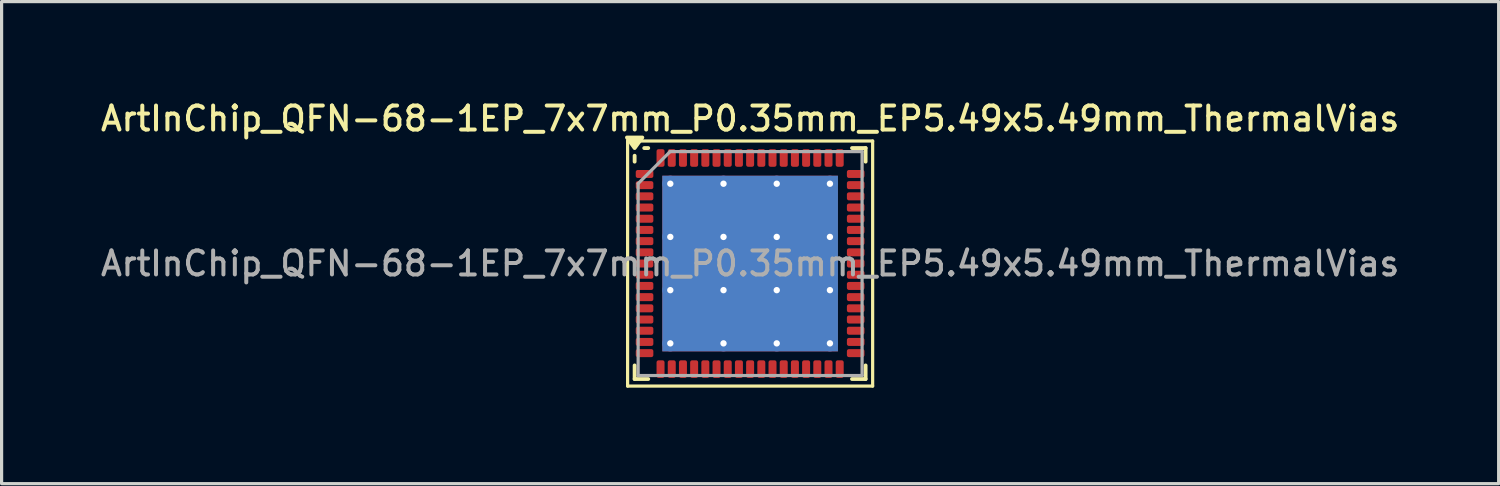
<source format=kicad_pcb>
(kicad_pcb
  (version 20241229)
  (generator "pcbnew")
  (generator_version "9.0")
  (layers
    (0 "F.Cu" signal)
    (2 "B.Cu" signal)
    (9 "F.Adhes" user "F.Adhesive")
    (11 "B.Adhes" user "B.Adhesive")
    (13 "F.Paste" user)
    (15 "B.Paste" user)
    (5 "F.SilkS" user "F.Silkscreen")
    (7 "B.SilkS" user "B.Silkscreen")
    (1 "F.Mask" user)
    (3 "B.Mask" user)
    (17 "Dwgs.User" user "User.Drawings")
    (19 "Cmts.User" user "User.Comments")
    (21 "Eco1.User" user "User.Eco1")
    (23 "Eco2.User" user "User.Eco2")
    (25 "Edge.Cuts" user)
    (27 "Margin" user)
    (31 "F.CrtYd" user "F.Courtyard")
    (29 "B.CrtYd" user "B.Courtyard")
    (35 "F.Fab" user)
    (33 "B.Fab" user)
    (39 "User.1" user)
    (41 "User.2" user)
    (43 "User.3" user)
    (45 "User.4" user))
  (footprint "ArtInChip_QFN-68-1EP_7x7mm_P0.35mm_EP5.49x5.49mm_ThermalVias"
    (layer "F.Cu")
    (at 20.398 5.188)
    (property "Reference" "ArtInChip_QFN-68-1EP_7x7mm_P0.35mm_EP5.49x5.49mm_ThermalVias" (at 0 -4.53 0) (layer "F.SilkS") (effects (font (size 0.75 0.75) (thickness 0.125))))
    (attr smd)
    (fp_line (start -3.83 -3.83) (end -3.83 3.83) (stroke (width 0.1) (type solid)) (layer "F.SilkS"))
    (fp_line (start -3.83 3.83) (end 3.83 3.83) (stroke (width 0.1) (type solid)) (layer "F.SilkS"))
    (fp_line (start -3.61 -3.185) (end -3.61 -3.37) (stroke (width 0.12) (type solid)) (layer "F.SilkS"))
    (fp_line (start -3.61 3.61) (end -3.61 3.185) (stroke (width 0.12) (type solid)) (layer "F.SilkS"))
    (fp_line (start -3.185 -3.61) (end -3.31 -3.61) (stroke (width 0.12) (type solid)) (layer "F.SilkS"))
    (fp_line (start -3.185 3.61) (end -3.61 3.61) (stroke (width 0.12) (type solid)) (layer "F.SilkS"))
    (fp_line (start 3.185 -3.61) (end 3.61 -3.61) (stroke (width 0.12) (type solid)) (layer "F.SilkS"))
    (fp_line (start 3.185 3.61) (end 3.61 3.61) (stroke (width 0.12) (type solid)) (layer "F.SilkS"))
    (fp_line (start 3.61 -3.61) (end 3.61 -3.185) (stroke (width 0.12) (type solid)) (layer "F.SilkS"))
    (fp_line (start 3.61 3.61) (end 3.61 3.185) (stroke (width 0.12) (type solid)) (layer "F.SilkS"))
    (fp_line (start 3.83 -3.83) (end -3.83 -3.83) (stroke (width 0.1) (type solid)) (layer "F.SilkS"))
    (fp_line (start 3.83 3.83) (end 3.83 -3.83) (stroke (width 0.1) (type solid)) (layer "F.SilkS"))
    (fp_poly (pts (xy -3.61 -3.61) (xy -3.85 -3.94) (xy -3.37 -3.94) (xy -3.61 -3.61)) (stroke (width 0.12) (type solid)) (fill yes) (layer "F.SilkS"))
    (fp_line (start -3.5 -2.5) (end -2.5 -3.5) (stroke (width 0.1) (type solid)) (layer "F.Fab"))
    (fp_line (start -3.5 3.5) (end -3.5 -2.5) (stroke (width 0.1) (type solid)) (layer "F.Fab"))
    (fp_line (start -2.5 -3.5) (end 3.5 -3.5) (stroke (width 0.1) (type solid)) (layer "F.Fab"))
    (fp_line (start 3.5 -3.5) (end 3.5 3.5) (stroke (width 0.1) (type solid)) (layer "F.Fab"))
    (fp_line (start 3.5 3.5) (end -3.5 3.5) (stroke (width 0.1) (type solid)) (layer "F.Fab"))
    (fp_text user "${REFERENCE}" (at 0 0 0) (layer "F.Fab") (effects (font (size 0.75 0.75) (thickness 0.125))))
    (pad "" smd roundrect (at -1.663 -1.663) (size 1.418 1.418) (layers "F.Paste") (roundrect_rratio 0.176))
    (pad "" smd roundrect (at -1.663 0) (size 1.418 1.418) (layers "F.Paste") (roundrect_rratio 0.176))
    (pad "" smd roundrect (at -1.663 1.663) (size 1.418 1.418) (layers "F.Paste") (roundrect_rratio 0.176))
    (pad "" smd roundrect (at 0 -1.663) (size 1.418 1.418) (layers "F.Paste") (roundrect_rratio 0.176))
    (pad "" smd roundrect (at 0 0) (size 1.418 1.418) (layers "F.Paste") (roundrect_rratio 0.176))
    (pad "" smd roundrect (at 0 1.663) (size 1.418 1.418) (layers "F.Paste") (roundrect_rratio 0.176))
    (pad "" smd roundrect (at 1.663 -1.663) (size 1.418 1.418) (layers "F.Paste") (roundrect_rratio 0.176))
    (pad "" smd roundrect (at 1.663 0) (size 1.418 1.418) (layers "F.Paste") (roundrect_rratio 0.176))
    (pad "" smd roundrect (at 1.663 1.663) (size 1.418 1.418) (layers "F.Paste") (roundrect_rratio 0.176))
    (pad "1" smd roundrect (at -3.3 -2.8) (size 0.55 0.25) (layers "F.Cu" "F.Mask" "F.Paste") (roundrect_rratio 0.25))
    (pad "2" smd roundrect (at -3.3 -2.45) (size 0.55 0.25) (layers "F.Cu" "F.Mask" "F.Paste") (roundrect_rratio 0.25))
    (pad "3" smd roundrect (at -3.3 -2.1) (size 0.55 0.25) (layers "F.Cu" "F.Mask" "F.Paste") (roundrect_rratio 0.25))
    (pad "4" smd roundrect (at -3.3 -1.75) (size 0.55 0.25) (layers "F.Cu" "F.Mask" "F.Paste") (roundrect_rratio 0.25))
    (pad "5" smd roundrect (at -3.3 -1.4) (size 0.55 0.25) (layers "F.Cu" "F.Mask" "F.Paste") (roundrect_rratio 0.25))
    (pad "6" smd roundrect (at -3.3 -1.05) (size 0.55 0.25) (layers "F.Cu" "F.Mask" "F.Paste") (roundrect_rratio 0.25))
    (pad "7" smd roundrect (at -3.3 -0.7) (size 0.55 0.25) (layers "F.Cu" "F.Mask" "F.Paste") (roundrect_rratio 0.25))
    (pad "8" smd roundrect (at -3.3 -0.35) (size 0.55 0.25) (layers "F.Cu" "F.Mask" "F.Paste") (roundrect_rratio 0.25))
    (pad "9" smd roundrect (at -3.3 0) (size 0.55 0.25) (layers "F.Cu" "F.Mask" "F.Paste") (roundrect_rratio 0.25))
    (pad "10" smd roundrect (at -3.3 0.35) (size 0.55 0.25) (layers "F.Cu" "F.Mask" "F.Paste") (roundrect_rratio 0.25))
    (pad "11" smd roundrect (at -3.3 0.7) (size 0.55 0.25) (layers "F.Cu" "F.Mask" "F.Paste") (roundrect_rratio 0.25))
    (pad "12" smd roundrect (at -3.3 1.05) (size 0.55 0.25) (layers "F.Cu" "F.Mask" "F.Paste") (roundrect_rratio 0.25))
    (pad "13" smd roundrect (at -3.3 1.4) (size 0.55 0.25) (layers "F.Cu" "F.Mask" "F.Paste") (roundrect_rratio 0.25))
    (pad "14" smd roundrect (at -3.3 1.75) (size 0.55 0.25) (layers "F.Cu" "F.Mask" "F.Paste") (roundrect_rratio 0.25))
    (pad "15" smd roundrect (at -3.3 2.1) (size 0.55 0.25) (layers "F.Cu" "F.Mask" "F.Paste") (roundrect_rratio 0.25))
    (pad "16" smd roundrect (at -3.3 2.45) (size 0.55 0.25) (layers "F.Cu" "F.Mask" "F.Paste") (roundrect_rratio 0.25))
    (pad "17" smd roundrect (at -3.3 2.8) (size 0.55 0.25) (layers "F.Cu" "F.Mask" "F.Paste") (roundrect_rratio 0.25))
    (pad "18" smd roundrect (at -2.8 3.3) (size 0.25 0.55) (layers "F.Cu" "F.Mask" "F.Paste") (roundrect_rratio 0.25))
    (pad "19" smd roundrect (at -2.45 3.3) (size 0.25 0.55) (layers "F.Cu" "F.Mask" "F.Paste") (roundrect_rratio 0.25))
    (pad "20" smd roundrect (at -2.1 3.3) (size 0.25 0.55) (layers "F.Cu" "F.Mask" "F.Paste") (roundrect_rratio 0.25))
    (pad "21" smd roundrect (at -1.75 3.3) (size 0.25 0.55) (layers "F.Cu" "F.Mask" "F.Paste") (roundrect_rratio 0.25))
    (pad "22" smd roundrect (at -1.4 3.3) (size 0.25 0.55) (layers "F.Cu" "F.Mask" "F.Paste") (roundrect_rratio 0.25))
    (pad "23" smd roundrect (at -1.05 3.3) (size 0.25 0.55) (layers "F.Cu" "F.Mask" "F.Paste") (roundrect_rratio 0.25))
    (pad "24" smd roundrect (at -0.7 3.3) (size 0.25 0.55) (layers "F.Cu" "F.Mask" "F.Paste") (roundrect_rratio 0.25))
    (pad "25" smd roundrect (at -0.35 3.3) (size 0.25 0.55) (layers "F.Cu" "F.Mask" "F.Paste") (roundrect_rratio 0.25))
    (pad "26" smd roundrect (at 0 3.3) (size 0.25 0.55) (layers "F.Cu" "F.Mask" "F.Paste") (roundrect_rratio 0.25))
    (pad "27" smd roundrect (at 0.35 3.3) (size 0.25 0.55) (layers "F.Cu" "F.Mask" "F.Paste") (roundrect_rratio 0.25))
    (pad "28" smd roundrect (at 0.7 3.3) (size 0.25 0.55) (layers "F.Cu" "F.Mask" "F.Paste") (roundrect_rratio 0.25))
    (pad "29" smd roundrect (at 1.05 3.3) (size 0.25 0.55) (layers "F.Cu" "F.Mask" "F.Paste") (roundrect_rratio 0.25))
    (pad "30" smd roundrect (at 1.4 3.3) (size 0.25 0.55) (layers "F.Cu" "F.Mask" "F.Paste") (roundrect_rratio 0.25))
    (pad "31" smd roundrect (at 1.75 3.3) (size 0.25 0.55) (layers "F.Cu" "F.Mask" "F.Paste") (roundrect_rratio 0.25))
    (pad "32" smd roundrect (at 2.1 3.3) (size 0.25 0.55) (layers "F.Cu" "F.Mask" "F.Paste") (roundrect_rratio 0.25))
    (pad "33" smd roundrect (at 2.45 3.3) (size 0.25 0.55) (layers "F.Cu" "F.Mask" "F.Paste") (roundrect_rratio 0.25))
    (pad "34" smd roundrect (at 2.8 3.3) (size 0.25 0.55) (layers "F.Cu" "F.Mask" "F.Paste") (roundrect_rratio 0.25))
    (pad "35" smd roundrect (at 3.3 2.8) (size 0.55 0.25) (layers "F.Cu" "F.Mask" "F.Paste") (roundrect_rratio 0.25))
    (pad "36" smd roundrect (at 3.3 2.45) (size 0.55 0.25) (layers "F.Cu" "F.Mask" "F.Paste") (roundrect_rratio 0.25))
    (pad "37" smd roundrect (at 3.3 2.1) (size 0.55 0.25) (layers "F.Cu" "F.Mask" "F.Paste") (roundrect_rratio 0.25))
    (pad "38" smd roundrect (at 3.3 1.75) (size 0.55 0.25) (layers "F.Cu" "F.Mask" "F.Paste") (roundrect_rratio 0.25))
    (pad "39" smd roundrect (at 3.3 1.4) (size 0.55 0.25) (layers "F.Cu" "F.Mask" "F.Paste") (roundrect_rratio 0.25))
    (pad "40" smd roundrect (at 3.3 1.05) (size 0.55 0.25) (layers "F.Cu" "F.Mask" "F.Paste") (roundrect_rratio 0.25))
    (pad "41" smd roundrect (at 3.3 0.7) (size 0.55 0.25) (layers "F.Cu" "F.Mask" "F.Paste") (roundrect_rratio 0.25))
    (pad "42" smd roundrect (at 3.3 0.35) (size 0.55 0.25) (layers "F.Cu" "F.Mask" "F.Paste") (roundrect_rratio 0.25))
    (pad "43" smd roundrect (at 3.3 0) (size 0.55 0.25) (layers "F.Cu" "F.Mask" "F.Paste") (roundrect_rratio 0.25))
    (pad "44" smd roundrect (at 3.3 -0.35) (size 0.55 0.25) (layers "F.Cu" "F.Mask" "F.Paste") (roundrect_rratio 0.25))
    (pad "45" smd roundrect (at 3.3 -0.7) (size 0.55 0.25) (layers "F.Cu" "F.Mask" "F.Paste") (roundrect_rratio 0.25))
    (pad "46" smd roundrect (at 3.3 -1.05) (size 0.55 0.25) (layers "F.Cu" "F.Mask" "F.Paste") (roundrect_rratio 0.25))
    (pad "47" smd roundrect (at 3.3 -1.4) (size 0.55 0.25) (layers "F.Cu" "F.Mask" "F.Paste") (roundrect_rratio 0.25))
    (pad "48" smd roundrect (at 3.3 -1.75) (size 0.55 0.25) (layers "F.Cu" "F.Mask" "F.Paste") (roundrect_rratio 0.25))
    (pad "49" smd roundrect (at 3.3 -2.1) (size 0.55 0.25) (layers "F.Cu" "F.Mask" "F.Paste") (roundrect_rratio 0.25))
    (pad "50" smd roundrect (at 3.3 -2.45) (size 0.55 0.25) (layers "F.Cu" "F.Mask" "F.Paste") (roundrect_rratio 0.25))
    (pad "51" smd roundrect (at 3.3 -2.8) (size 0.55 0.25) (layers "F.Cu" "F.Mask" "F.Paste") (roundrect_rratio 0.25))
    (pad "52" smd roundrect (at 2.8 -3.3) (size 0.25 0.55) (layers "F.Cu" "F.Mask" "F.Paste") (roundrect_rratio 0.25))
    (pad "53" smd roundrect (at 2.45 -3.3) (size 0.25 0.55) (layers "F.Cu" "F.Mask" "F.Paste") (roundrect_rratio 0.25))
    (pad "54" smd roundrect (at 2.1 -3.3) (size 0.25 0.55) (layers "F.Cu" "F.Mask" "F.Paste") (roundrect_rratio 0.25))
    (pad "55" smd roundrect (at 1.75 -3.3) (size 0.25 0.55) (layers "F.Cu" "F.Mask" "F.Paste") (roundrect_rratio 0.25))
    (pad "56" smd roundrect (at 1.4 -3.3) (size 0.25 0.55) (layers "F.Cu" "F.Mask" "F.Paste") (roundrect_rratio 0.25))
    (pad "57" smd roundrect (at 1.05 -3.3) (size 0.25 0.55) (layers "F.Cu" "F.Mask" "F.Paste") (roundrect_rratio 0.25))
    (pad "58" smd roundrect (at 0.7 -3.3) (size 0.25 0.55) (layers "F.Cu" "F.Mask" "F.Paste") (roundrect_rratio 0.25))
    (pad "59" smd roundrect (at 0.35 -3.3) (size 0.25 0.55) (layers "F.Cu" "F.Mask" "F.Paste") (roundrect_rratio 0.25))
    (pad "60" smd roundrect (at 0 -3.3) (size 0.25 0.55) (layers "F.Cu" "F.Mask" "F.Paste") (roundrect_rratio 0.25))
    (pad "61" smd roundrect (at -0.35 -3.3) (size 0.25 0.55) (layers "F.Cu" "F.Mask" "F.Paste") (roundrect_rratio 0.25))
    (pad "62" smd roundrect (at -0.7 -3.3) (size 0.25 0.55) (layers "F.Cu" "F.Mask" "F.Paste") (roundrect_rratio 0.25))
    (pad "63" smd roundrect (at -1.05 -3.3) (size 0.25 0.55) (layers "F.Cu" "F.Mask" "F.Paste") (roundrect_rratio 0.25))
    (pad "64" smd roundrect (at -1.4 -3.3) (size 0.25 0.55) (layers "F.Cu" "F.Mask" "F.Paste") (roundrect_rratio 0.25))
    (pad "65" smd roundrect (at -1.75 -3.3) (size 0.25 0.55) (layers "F.Cu" "F.Mask" "F.Paste") (roundrect_rratio 0.25))
    (pad "66" smd roundrect (at -2.1 -3.3) (size 0.25 0.55) (layers "F.Cu" "F.Mask" "F.Paste") (roundrect_rratio 0.25))
    (pad "67" smd roundrect (at -2.45 -3.3) (size 0.25 0.55) (layers "F.Cu" "F.Mask" "F.Paste") (roundrect_rratio 0.25))
    (pad "68" smd roundrect (at -2.8 -3.3) (size 0.25 0.55) (layers "F.Cu" "F.Mask" "F.Paste") (roundrect_rratio 0.25))
    (pad "69" thru_hole circle (at -2.495 -2.495) (size 0.5 0.5) (drill 0.2) (property pad_prop_heatsink) (layers "*.Cu"))
    (pad "69" thru_hole circle (at -2.495 -0.832) (size 0.5 0.5) (drill 0.2) (property pad_prop_heatsink) (layers "*.Cu"))
    (pad "69" thru_hole circle (at -2.495 0.832) (size 0.5 0.5) (drill 0.2) (property pad_prop_heatsink) (layers "*.Cu"))
    (pad "69" thru_hole circle (at -2.495 2.495) (size 0.5 0.5) (drill 0.2) (property pad_prop_heatsink) (layers "*.Cu"))
    (pad "69" thru_hole circle (at -0.832 -2.495) (size 0.5 0.5) (drill 0.2) (property pad_prop_heatsink) (layers "*.Cu"))
    (pad "69" thru_hole circle (at -0.832 -0.832) (size 0.5 0.5) (drill 0.2) (property pad_prop_heatsink) (layers "*.Cu"))
    (pad "69" thru_hole circle (at -0.832 0.832) (size 0.5 0.5) (drill 0.2) (property pad_prop_heatsink) (layers "*.Cu"))
    (pad "69" thru_hole circle (at -0.832 2.495) (size 0.5 0.5) (drill 0.2) (property pad_prop_heatsink) (layers "*.Cu"))
    (pad "69" smd rect (at 0 0) (size 5.49 5.49) (property pad_prop_heatsink) (layers "F.Cu" "F.Mask"))
    (pad "69" smd rect (at 0 0) (size 5.49 5.49) (property pad_prop_heatsink) (layers "B.Cu"))
    (pad "69" thru_hole circle (at 0.832 -2.495) (size 0.5 0.5) (drill 0.2) (property pad_prop_heatsink) (layers "*.Cu"))
    (pad "69" thru_hole circle (at 0.832 -0.832) (size 0.5 0.5) (drill 0.2) (property pad_prop_heatsink) (layers "*.Cu"))
    (pad "69" thru_hole circle (at 0.832 0.832) (size 0.5 0.5) (drill 0.2) (property pad_prop_heatsink) (layers "*.Cu"))
    (pad "69" thru_hole circle (at 0.832 2.495) (size 0.5 0.5) (drill 0.2) (property pad_prop_heatsink) (layers "*.Cu"))
    (pad "69" thru_hole circle (at 2.495 -2.495) (size 0.5 0.5) (drill 0.2) (property pad_prop_heatsink) (layers "*.Cu"))
    (pad "69" thru_hole circle (at 2.495 -0.832) (size 0.5 0.5) (drill 0.2) (property pad_prop_heatsink) (layers "*.Cu"))
    (pad "69" thru_hole circle (at 2.495 0.832) (size 0.5 0.5) (drill 0.2) (property pad_prop_heatsink) (layers "*.Cu"))
    (pad "69" thru_hole circle (at 2.495 2.495) (size 0.5 0.5) (drill 0.2) (property pad_prop_heatsink) (layers "*.Cu")))
  (gr_rect
    (start -3 -3)
    (end 43.796 12.068)
    (stroke (width 0.1) (type default))
    (fill no)
    (layer "Edge.Cuts")))
</source>
